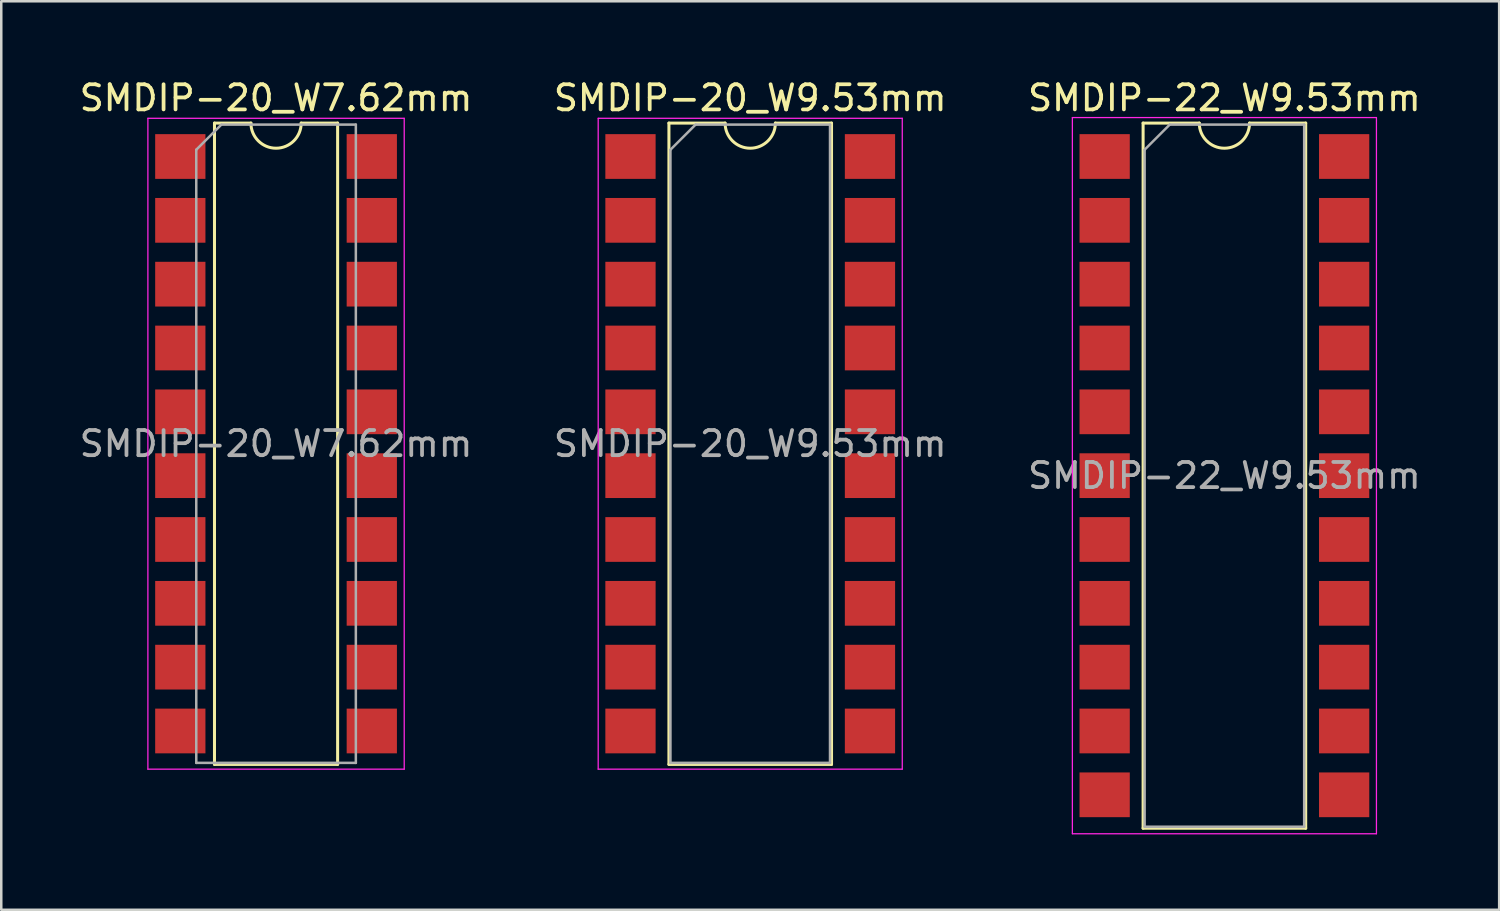
<source format=kicad_pcb>
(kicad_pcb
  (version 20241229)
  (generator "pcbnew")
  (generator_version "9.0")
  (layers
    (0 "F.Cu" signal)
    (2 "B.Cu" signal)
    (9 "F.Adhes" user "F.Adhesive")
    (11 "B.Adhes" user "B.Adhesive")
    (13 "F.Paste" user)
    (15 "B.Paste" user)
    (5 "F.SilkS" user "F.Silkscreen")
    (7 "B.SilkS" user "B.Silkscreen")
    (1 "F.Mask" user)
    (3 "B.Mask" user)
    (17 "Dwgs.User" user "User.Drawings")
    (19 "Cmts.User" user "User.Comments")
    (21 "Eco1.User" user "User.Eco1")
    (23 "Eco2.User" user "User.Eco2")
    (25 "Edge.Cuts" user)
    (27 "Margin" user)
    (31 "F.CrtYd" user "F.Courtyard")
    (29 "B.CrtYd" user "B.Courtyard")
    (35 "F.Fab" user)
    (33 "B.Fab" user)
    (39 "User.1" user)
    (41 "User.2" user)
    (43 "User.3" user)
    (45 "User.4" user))
  (footprint "SMDIP-20_W9.53mm"
    (layer "F.Cu")
    (at 26.804 14.608)
    (property "Reference" "SMDIP-20_W9.53mm" (at 0 -13.76 0) (layer "F.SilkS") (effects (font (size 1 1) (thickness 0.15))))
    (attr smd)
    (fp_line (start -3.235 -12.76) (end -3.235 12.76) (stroke (width 0.12) (type solid)) (layer "F.SilkS"))
    (fp_line (start -3.235 12.76) (end 3.235 12.76) (stroke (width 0.12) (type solid)) (layer "F.SilkS"))
    (fp_line (start -1 -12.76) (end -3.235 -12.76) (stroke (width 0.12) (type solid)) (layer "F.SilkS"))
    (fp_line (start 3.235 -12.76) (end 1 -12.76) (stroke (width 0.12) (type solid)) (layer "F.SilkS"))
    (fp_line (start 3.235 12.76) (end 3.235 -12.76) (stroke (width 0.12) (type solid)) (layer "F.SilkS"))
    (fp_arc (start 1 -12.76) (mid 0 -11.76) (end -1 -12.76) (stroke (width 0.12) (type solid)) (layer "F.SilkS"))
    (fp_line (start -6.05 -12.95) (end -6.05 12.95) (stroke (width 0.05) (type solid)) (layer "F.CrtYd"))
    (fp_line (start -6.05 12.95) (end 6.05 12.95) (stroke (width 0.05) (type solid)) (layer "F.CrtYd"))
    (fp_line (start 6.05 -12.95) (end -6.05 -12.95) (stroke (width 0.05) (type solid)) (layer "F.CrtYd"))
    (fp_line (start 6.05 12.95) (end 6.05 -12.95) (stroke (width 0.05) (type solid)) (layer "F.CrtYd"))
    (fp_line (start -3.175 -11.7) (end -2.175 -12.7) (stroke (width 0.1) (type solid)) (layer "F.Fab"))
    (fp_line (start -3.175 12.7) (end -3.175 -11.7) (stroke (width 0.1) (type solid)) (layer "F.Fab"))
    (fp_line (start -2.175 -12.7) (end 3.175 -12.7) (stroke (width 0.1) (type solid)) (layer "F.Fab"))
    (fp_line (start 3.175 -12.7) (end 3.175 12.7) (stroke (width 0.1) (type solid)) (layer "F.Fab"))
    (fp_line (start 3.175 12.7) (end -3.175 12.7) (stroke (width 0.1) (type solid)) (layer "F.Fab"))
    (fp_text user "${REFERENCE}" (at 0 0 0) (layer "F.Fab") (effects (font (size 1 1) (thickness 0.15))))
    (pad "1" smd rect (at -4.765 -11.43) (size 2 1.78) (layers "F.Cu" "F.Mask" "F.Paste"))
    (pad "2" smd rect (at -4.765 -8.89) (size 2 1.78) (layers "F.Cu" "F.Mask" "F.Paste"))
    (pad "3" smd rect (at -4.765 -6.35) (size 2 1.78) (layers "F.Cu" "F.Mask" "F.Paste"))
    (pad "4" smd rect (at -4.765 -3.81) (size 2 1.78) (layers "F.Cu" "F.Mask" "F.Paste"))
    (pad "5" smd rect (at -4.765 -1.27) (size 2 1.78) (layers "F.Cu" "F.Mask" "F.Paste"))
    (pad "6" smd rect (at -4.765 1.27) (size 2 1.78) (layers "F.Cu" "F.Mask" "F.Paste"))
    (pad "7" smd rect (at -4.765 3.81) (size 2 1.78) (layers "F.Cu" "F.Mask" "F.Paste"))
    (pad "8" smd rect (at -4.765 6.35) (size 2 1.78) (layers "F.Cu" "F.Mask" "F.Paste"))
    (pad "9" smd rect (at -4.765 8.89) (size 2 1.78) (layers "F.Cu" "F.Mask" "F.Paste"))
    (pad "10" smd rect (at -4.765 11.43) (size 2 1.78) (layers "F.Cu" "F.Mask" "F.Paste"))
    (pad "11" smd rect (at 4.765 11.43) (size 2 1.78) (layers "F.Cu" "F.Mask" "F.Paste"))
    (pad "12" smd rect (at 4.765 8.89) (size 2 1.78) (layers "F.Cu" "F.Mask" "F.Paste"))
    (pad "13" smd rect (at 4.765 6.35) (size 2 1.78) (layers "F.Cu" "F.Mask" "F.Paste"))
    (pad "14" smd rect (at 4.765 3.81) (size 2 1.78) (layers "F.Cu" "F.Mask" "F.Paste"))
    (pad "15" smd rect (at 4.765 1.27) (size 2 1.78) (layers "F.Cu" "F.Mask" "F.Paste"))
    (pad "16" smd rect (at 4.765 -1.27) (size 2 1.78) (layers "F.Cu" "F.Mask" "F.Paste"))
    (pad "17" smd rect (at 4.765 -3.81) (size 2 1.78) (layers "F.Cu" "F.Mask" "F.Paste"))
    (pad "18" smd rect (at 4.765 -6.35) (size 2 1.78) (layers "F.Cu" "F.Mask" "F.Paste"))
    (pad "19" smd rect (at 4.765 -8.89) (size 2 1.78) (layers "F.Cu" "F.Mask" "F.Paste"))
    (pad "20" smd rect (at 4.765 -11.43) (size 2 1.78) (layers "F.Cu" "F.Mask" "F.Paste")))
  (footprint "SMDIP-20_W7.62mm"
    (layer "F.Cu")
    (at 7.935 14.608)
    (property "Reference" "SMDIP-20_W7.62mm" (at 0 -13.76 0) (layer "F.SilkS") (effects (font (size 1 1) (thickness 0.15))))
    (attr smd)
    (fp_line (start -2.45 -12.76) (end -2.45 12.76) (stroke (width 0.12) (type solid)) (layer "F.SilkS"))
    (fp_line (start -2.45 12.76) (end 2.45 12.76) (stroke (width 0.12) (type solid)) (layer "F.SilkS"))
    (fp_line (start -1 -12.76) (end -2.45 -12.76) (stroke (width 0.12) (type solid)) (layer "F.SilkS"))
    (fp_line (start 2.45 -12.76) (end 1 -12.76) (stroke (width 0.12) (type solid)) (layer "F.SilkS"))
    (fp_line (start 2.45 12.76) (end 2.45 -12.76) (stroke (width 0.12) (type solid)) (layer "F.SilkS"))
    (fp_arc (start 1 -12.76) (mid 0 -11.76) (end -1 -12.76) (stroke (width 0.12) (type solid)) (layer "F.SilkS"))
    (fp_line (start -5.1 -12.95) (end -5.1 12.95) (stroke (width 0.05) (type solid)) (layer "F.CrtYd"))
    (fp_line (start -5.1 12.95) (end 5.1 12.95) (stroke (width 0.05) (type solid)) (layer "F.CrtYd"))
    (fp_line (start 5.1 -12.95) (end -5.1 -12.95) (stroke (width 0.05) (type solid)) (layer "F.CrtYd"))
    (fp_line (start 5.1 12.95) (end 5.1 -12.95) (stroke (width 0.05) (type solid)) (layer "F.CrtYd"))
    (fp_line (start -3.175 -11.7) (end -2.175 -12.7) (stroke (width 0.1) (type solid)) (layer "F.Fab"))
    (fp_line (start -3.175 12.7) (end -3.175 -11.7) (stroke (width 0.1) (type solid)) (layer "F.Fab"))
    (fp_line (start -2.175 -12.7) (end 3.175 -12.7) (stroke (width 0.1) (type solid)) (layer "F.Fab"))
    (fp_line (start 3.175 -12.7) (end 3.175 12.7) (stroke (width 0.1) (type solid)) (layer "F.Fab"))
    (fp_line (start 3.175 12.7) (end -3.175 12.7) (stroke (width 0.1) (type solid)) (layer "F.Fab"))
    (fp_text user "${REFERENCE}" (at 0 0 0) (layer "F.Fab") (effects (font (size 1 1) (thickness 0.15))))
    (pad "1" smd rect (at -3.81 -11.43) (size 2 1.78) (layers "F.Cu" "F.Mask" "F.Paste"))
    (pad "2" smd rect (at -3.81 -8.89) (size 2 1.78) (layers "F.Cu" "F.Mask" "F.Paste"))
    (pad "3" smd rect (at -3.81 -6.35) (size 2 1.78) (layers "F.Cu" "F.Mask" "F.Paste"))
    (pad "4" smd rect (at -3.81 -3.81) (size 2 1.78) (layers "F.Cu" "F.Mask" "F.Paste"))
    (pad "5" smd rect (at -3.81 -1.27) (size 2 1.78) (layers "F.Cu" "F.Mask" "F.Paste"))
    (pad "6" smd rect (at -3.81 1.27) (size 2 1.78) (layers "F.Cu" "F.Mask" "F.Paste"))
    (pad "7" smd rect (at -3.81 3.81) (size 2 1.78) (layers "F.Cu" "F.Mask" "F.Paste"))
    (pad "8" smd rect (at -3.81 6.35) (size 2 1.78) (layers "F.Cu" "F.Mask" "F.Paste"))
    (pad "9" smd rect (at -3.81 8.89) (size 2 1.78) (layers "F.Cu" "F.Mask" "F.Paste"))
    (pad "10" smd rect (at -3.81 11.43) (size 2 1.78) (layers "F.Cu" "F.Mask" "F.Paste"))
    (pad "11" smd rect (at 3.81 11.43) (size 2 1.78) (layers "F.Cu" "F.Mask" "F.Paste"))
    (pad "12" smd rect (at 3.81 8.89) (size 2 1.78) (layers "F.Cu" "F.Mask" "F.Paste"))
    (pad "13" smd rect (at 3.81 6.35) (size 2 1.78) (layers "F.Cu" "F.Mask" "F.Paste"))
    (pad "14" smd rect (at 3.81 3.81) (size 2 1.78) (layers "F.Cu" "F.Mask" "F.Paste"))
    (pad "15" smd rect (at 3.81 1.27) (size 2 1.78) (layers "F.Cu" "F.Mask" "F.Paste"))
    (pad "16" smd rect (at 3.81 -1.27) (size 2 1.78) (layers "F.Cu" "F.Mask" "F.Paste"))
    (pad "17" smd rect (at 3.81 -3.81) (size 2 1.78) (layers "F.Cu" "F.Mask" "F.Paste"))
    (pad "18" smd rect (at 3.81 -6.35) (size 2 1.78) (layers "F.Cu" "F.Mask" "F.Paste"))
    (pad "19" smd rect (at 3.81 -8.89) (size 2 1.78) (layers "F.Cu" "F.Mask" "F.Paste"))
    (pad "20" smd rect (at 3.81 -11.43) (size 2 1.78) (layers "F.Cu" "F.Mask" "F.Paste")))
  (footprint "SMDIP-22_W9.53mm"
    (layer "F.Cu")
    (at 45.673 15.878)
    (property "Reference" "SMDIP-22_W9.53mm" (at 0 -15.03 0) (layer "F.SilkS") (effects (font (size 1 1) (thickness 0.15))))
    (attr smd)
    (fp_line (start -3.235 -14.03) (end -3.235 14.03) (stroke (width 0.12) (type solid)) (layer "F.SilkS"))
    (fp_line (start -3.235 14.03) (end 3.235 14.03) (stroke (width 0.12) (type solid)) (layer "F.SilkS"))
    (fp_line (start -1 -14.03) (end -3.235 -14.03) (stroke (width 0.12) (type solid)) (layer "F.SilkS"))
    (fp_line (start 3.235 -14.03) (end 1 -14.03) (stroke (width 0.12) (type solid)) (layer "F.SilkS"))
    (fp_line (start 3.235 14.03) (end 3.235 -14.03) (stroke (width 0.12) (type solid)) (layer "F.SilkS"))
    (fp_arc (start 1 -14.03) (mid 0 -13.03) (end -1 -14.03) (stroke (width 0.12) (type solid)) (layer "F.SilkS"))
    (fp_line (start -6.05 -14.25) (end -6.05 14.25) (stroke (width 0.05) (type solid)) (layer "F.CrtYd"))
    (fp_line (start -6.05 14.25) (end 6.05 14.25) (stroke (width 0.05) (type solid)) (layer "F.CrtYd"))
    (fp_line (start 6.05 -14.25) (end -6.05 -14.25) (stroke (width 0.05) (type solid)) (layer "F.CrtYd"))
    (fp_line (start 6.05 14.25) (end 6.05 -14.25) (stroke (width 0.05) (type solid)) (layer "F.CrtYd"))
    (fp_line (start -3.175 -12.97) (end -2.175 -13.97) (stroke (width 0.1) (type solid)) (layer "F.Fab"))
    (fp_line (start -3.175 13.97) (end -3.175 -12.97) (stroke (width 0.1) (type solid)) (layer "F.Fab"))
    (fp_line (start -2.175 -13.97) (end 3.175 -13.97) (stroke (width 0.1) (type solid)) (layer "F.Fab"))
    (fp_line (start 3.175 -13.97) (end 3.175 13.97) (stroke (width 0.1) (type solid)) (layer "F.Fab"))
    (fp_line (start 3.175 13.97) (end -3.175 13.97) (stroke (width 0.1) (type solid)) (layer "F.Fab"))
    (fp_text user "${REFERENCE}" (at 0 0 0) (layer "F.Fab") (effects (font (size 1 1) (thickness 0.15))))
    (pad "1" smd rect (at -4.765 -12.7) (size 2 1.78) (layers "F.Cu" "F.Mask" "F.Paste"))
    (pad "2" smd rect (at -4.765 -10.16) (size 2 1.78) (layers "F.Cu" "F.Mask" "F.Paste"))
    (pad "3" smd rect (at -4.765 -7.62) (size 2 1.78) (layers "F.Cu" "F.Mask" "F.Paste"))
    (pad "4" smd rect (at -4.765 -5.08) (size 2 1.78) (layers "F.Cu" "F.Mask" "F.Paste"))
    (pad "5" smd rect (at -4.765 -2.54) (size 2 1.78) (layers "F.Cu" "F.Mask" "F.Paste"))
    (pad "6" smd rect (at -4.765 0) (size 2 1.78) (layers "F.Cu" "F.Mask" "F.Paste"))
    (pad "7" smd rect (at -4.765 2.54) (size 2 1.78) (layers "F.Cu" "F.Mask" "F.Paste"))
    (pad "8" smd rect (at -4.765 5.08) (size 2 1.78) (layers "F.Cu" "F.Mask" "F.Paste"))
    (pad "9" smd rect (at -4.765 7.62) (size 2 1.78) (layers "F.Cu" "F.Mask" "F.Paste"))
    (pad "10" smd rect (at -4.765 10.16) (size 2 1.78) (layers "F.Cu" "F.Mask" "F.Paste"))
    (pad "11" smd rect (at -4.765 12.7) (size 2 1.78) (layers "F.Cu" "F.Mask" "F.Paste"))
    (pad "12" smd rect (at 4.765 12.7) (size 2 1.78) (layers "F.Cu" "F.Mask" "F.Paste"))
    (pad "13" smd rect (at 4.765 10.16) (size 2 1.78) (layers "F.Cu" "F.Mask" "F.Paste"))
    (pad "14" smd rect (at 4.765 7.62) (size 2 1.78) (layers "F.Cu" "F.Mask" "F.Paste"))
    (pad "15" smd rect (at 4.765 5.08) (size 2 1.78) (layers "F.Cu" "F.Mask" "F.Paste"))
    (pad "16" smd rect (at 4.765 2.54) (size 2 1.78) (layers "F.Cu" "F.Mask" "F.Paste"))
    (pad "17" smd rect (at 4.765 0) (size 2 1.78) (layers "F.Cu" "F.Mask" "F.Paste"))
    (pad "18" smd rect (at 4.765 -2.54) (size 2 1.78) (layers "F.Cu" "F.Mask" "F.Paste"))
    (pad "19" smd rect (at 4.765 -5.08) (size 2 1.78) (layers "F.Cu" "F.Mask" "F.Paste"))
    (pad "20" smd rect (at 4.765 -7.62) (size 2 1.78) (layers "F.Cu" "F.Mask" "F.Paste"))
    (pad "21" smd rect (at 4.765 -10.16) (size 2 1.78) (layers "F.Cu" "F.Mask" "F.Paste"))
    (pad "22" smd rect (at 4.765 -12.7) (size 2 1.78) (layers "F.Cu" "F.Mask" "F.Paste")))
  (gr_rect
    (start -3 -3)
    (end 56.607 33.153)
    (stroke (width 0.1) (type default))
    (fill no)
    (layer "Edge.Cuts")))
</source>
